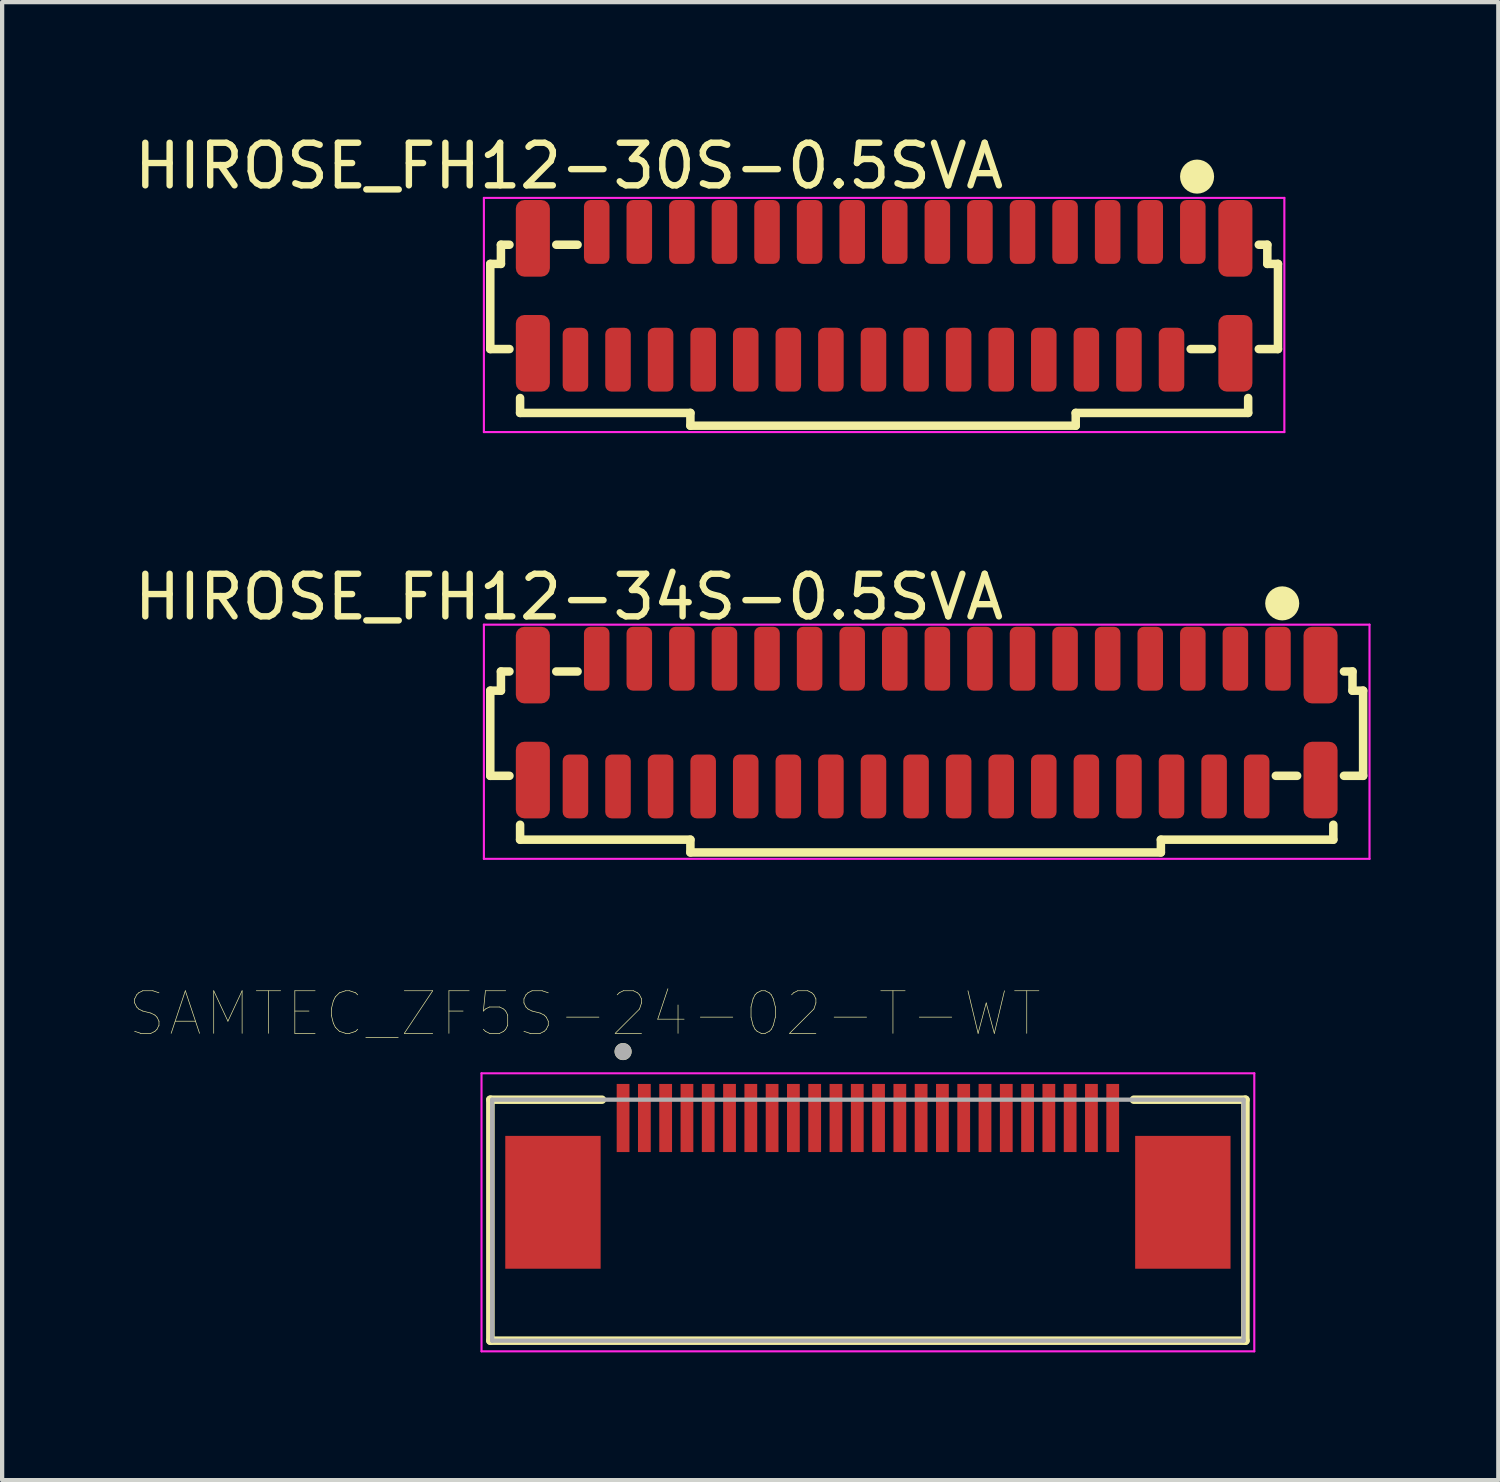
<source format=kicad_pcb>
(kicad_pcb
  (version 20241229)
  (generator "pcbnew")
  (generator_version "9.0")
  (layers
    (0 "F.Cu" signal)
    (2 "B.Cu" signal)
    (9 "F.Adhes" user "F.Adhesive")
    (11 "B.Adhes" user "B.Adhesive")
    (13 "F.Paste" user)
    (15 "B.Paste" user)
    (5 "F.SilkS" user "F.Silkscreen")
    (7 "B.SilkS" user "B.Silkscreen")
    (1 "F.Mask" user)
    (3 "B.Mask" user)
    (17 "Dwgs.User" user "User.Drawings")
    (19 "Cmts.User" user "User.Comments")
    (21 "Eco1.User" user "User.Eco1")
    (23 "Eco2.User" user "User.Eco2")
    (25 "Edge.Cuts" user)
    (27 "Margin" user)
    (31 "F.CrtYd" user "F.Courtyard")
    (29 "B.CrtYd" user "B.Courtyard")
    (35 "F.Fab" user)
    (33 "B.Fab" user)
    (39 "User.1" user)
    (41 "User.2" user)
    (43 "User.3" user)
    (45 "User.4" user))
  (footprint "SAMTEC_ZF5S-24-02-T-WT"
    (layer "F.Cu")
    (at 17.334 25.188)
    (property "Reference" "SAMTEC_ZF5S-24-02-T-WT" (at -6.65 -4.43 0) (layer "F.SilkS") (effects (font (size 1 1) (thickness 0.015))))
    (attr smd)
    (fp_line (start -8.867 -2.41) (end -8.867 3.25) (stroke (width 0.2) (type solid)) (layer "F.SilkS"))
    (fp_line (start -8.867 -2.41) (end -6.247 -2.41) (stroke (width 0.2) (type solid)) (layer "F.SilkS"))
    (fp_line (start -8.867 3.25) (end 8.867 3.25) (stroke (width 0.2) (type solid)) (layer "F.SilkS"))
    (fp_line (start 8.867 -2.41) (end 6.247 -2.41) (stroke (width 0.2) (type solid)) (layer "F.SilkS"))
    (fp_line (start 8.867 -2.41) (end 8.867 3.25) (stroke (width 0.2) (type solid)) (layer "F.SilkS"))
    (fp_circle (center -5.75 -3.54) (end -5.65 -3.54) (stroke (width 0.2) (type solid)) (fill no) (layer "F.SilkS"))
    (fp_line (start -9.075 -3.03) (end 9.075 -3.03) (stroke (width 0.05) (type solid)) (layer "F.CrtYd"))
    (fp_line (start -9.075 3.5) (end -9.075 -3.03) (stroke (width 0.05) (type solid)) (layer "F.CrtYd"))
    (fp_line (start 9.075 -3.03) (end 9.075 3.5) (stroke (width 0.05) (type solid)) (layer "F.CrtYd"))
    (fp_line (start 9.075 3.5) (end -9.075 3.5) (stroke (width 0.05) (type solid)) (layer "F.CrtYd"))
    (fp_line (start -8.825 -2.41) (end 8.825 -2.41) (stroke (width 0.1) (type solid)) (layer "F.Fab"))
    (fp_line (start -8.825 3.25) (end -8.825 -2.41) (stroke (width 0.1) (type solid)) (layer "F.Fab"))
    (fp_line (start 8.825 -2.41) (end 8.825 3.25) (stroke (width 0.1) (type solid)) (layer "F.Fab"))
    (fp_line (start 8.825 3.25) (end -8.825 3.25) (stroke (width 0.1) (type solid)) (layer "F.Fab"))
    (fp_circle (center -5.75 -3.54) (end -5.65 -3.54) (stroke (width 0.2) (type solid)) (fill no) (layer "F.Fab"))
    (pad "01" smd rect (at -5.75 -1.98) (size 0.3 1.6) (layers "F.Cu" "F.Mask" "F.Paste"))
    (pad "02" smd rect (at -5.25 -1.98) (size 0.3 1.6) (layers "F.Cu" "F.Mask" "F.Paste"))
    (pad "03" smd rect (at -4.75 -1.98) (size 0.3 1.6) (layers "F.Cu" "F.Mask" "F.Paste"))
    (pad "04" smd rect (at -4.25 -1.98) (size 0.3 1.6) (layers "F.Cu" "F.Mask" "F.Paste"))
    (pad "05" smd rect (at -3.75 -1.98) (size 0.3 1.6) (layers "F.Cu" "F.Mask" "F.Paste"))
    (pad "06" smd rect (at -3.25 -1.98) (size 0.3 1.6) (layers "F.Cu" "F.Mask" "F.Paste"))
    (pad "07" smd rect (at -2.75 -1.98) (size 0.3 1.6) (layers "F.Cu" "F.Mask" "F.Paste"))
    (pad "08" smd rect (at -2.25 -1.98) (size 0.3 1.6) (layers "F.Cu" "F.Mask" "F.Paste"))
    (pad "09" smd rect (at -1.75 -1.98) (size 0.3 1.6) (layers "F.Cu" "F.Mask" "F.Paste"))
    (pad "10" smd rect (at -1.25 -1.98) (size 0.3 1.6) (layers "F.Cu" "F.Mask" "F.Paste"))
    (pad "11" smd rect (at -0.75 -1.98) (size 0.3 1.6) (layers "F.Cu" "F.Mask" "F.Paste"))
    (pad "12" smd rect (at -0.25 -1.98) (size 0.3 1.6) (layers "F.Cu" "F.Mask" "F.Paste"))
    (pad "13" smd rect (at 0.25 -1.98) (size 0.3 1.6) (layers "F.Cu" "F.Mask" "F.Paste"))
    (pad "14" smd rect (at 0.75 -1.98) (size 0.3 1.6) (layers "F.Cu" "F.Mask" "F.Paste"))
    (pad "15" smd rect (at 1.25 -1.98) (size 0.3 1.6) (layers "F.Cu" "F.Mask" "F.Paste"))
    (pad "16" smd rect (at 1.75 -1.98) (size 0.3 1.6) (layers "F.Cu" "F.Mask" "F.Paste"))
    (pad "17" smd rect (at 2.25 -1.98) (size 0.3 1.6) (layers "F.Cu" "F.Mask" "F.Paste"))
    (pad "18" smd rect (at 2.75 -1.98) (size 0.3 1.6) (layers "F.Cu" "F.Mask" "F.Paste"))
    (pad "19" smd rect (at 3.25 -1.98) (size 0.3 1.6) (layers "F.Cu" "F.Mask" "F.Paste"))
    (pad "20" smd rect (at 3.75 -1.98) (size 0.3 1.6) (layers "F.Cu" "F.Mask" "F.Paste"))
    (pad "21" smd rect (at 4.25 -1.98) (size 0.3 1.6) (layers "F.Cu" "F.Mask" "F.Paste"))
    (pad "22" smd rect (at 4.75 -1.98) (size 0.3 1.6) (layers "F.Cu" "F.Mask" "F.Paste"))
    (pad "23" smd rect (at 5.25 -1.98) (size 0.3 1.6) (layers "F.Cu" "F.Mask" "F.Paste"))
    (pad "24" smd rect (at 5.75 -1.98) (size 0.3 1.6) (layers "F.Cu" "F.Mask" "F.Paste"))
    (pad "S1" smd rect (at -7.397 0) (size 2.24 3.12) (layers "F.Cu" "F.Mask" "F.Paste"))
    (pad "S2" smd rect (at 7.397 0) (size 2.24 3.12) (layers "F.Cu" "F.Mask" "F.Paste")))
  (footprint "HIROSE_FH12-34S-0.5SVA"
    (layer "F.Cu")
    (at 19.715 13.921)
    (property "Reference" "HIROSE_FH12-34S-0.5SVA" (at -9.4 -2.95 0) (layer "F.SilkS") (effects (font (size 1 1) (thickness 0.15))))
    (attr through_hole)
    (fp_line (start -11.25 -0.75) (end -11.25 1.25) (stroke (width 0.2) (type solid)) (layer "F.SilkS"))
    (fp_line (start -11.25 -0.75) (end -11 -0.75) (stroke (width 0.2) (type solid)) (layer "F.SilkS"))
    (fp_line (start -11.25 1.25) (end -10.8 1.25) (stroke (width 0.2) (type solid)) (layer "F.SilkS"))
    (fp_line (start -11 -0.75) (end -11 -1.2) (stroke (width 0.2) (type solid)) (layer "F.SilkS"))
    (fp_line (start -10.8 -1.2) (end -11 -1.2) (stroke (width 0.2) (type solid)) (layer "F.SilkS"))
    (fp_line (start -10.55 2.4) (end -10.55 2.75) (stroke (width 0.2) (type solid)) (layer "F.SilkS"))
    (fp_line (start -9.7 -1.2) (end -9.2 -1.2) (stroke (width 0.2) (type solid)) (layer "F.SilkS"))
    (fp_line (start -6.55 2.75) (end -10.55 2.75) (stroke (width 0.2) (type solid)) (layer "F.SilkS"))
    (fp_line (start -6.55 3.05) (end -6.55 2.75) (stroke (width 0.2) (type solid)) (layer "F.SilkS"))
    (fp_line (start -6.55 3.05) (end 4.5 3.05) (stroke (width 0.2) (type solid)) (layer "F.SilkS"))
    (fp_line (start 4.5 2.75) (end 8.55 2.75) (stroke (width 0.2) (type solid)) (layer "F.SilkS"))
    (fp_line (start 4.5 3.05) (end 4.5 2.75) (stroke (width 0.2) (type solid)) (layer "F.SilkS"))
    (fp_line (start 7.2 1.25) (end 7.7 1.25) (stroke (width 0.2) (type solid)) (layer "F.SilkS"))
    (fp_line (start 8.55 2.75) (end 8.55 2.4) (stroke (width 0.2) (type solid)) (layer "F.SilkS"))
    (fp_line (start 8.8 -1.2) (end 9 -1.2) (stroke (width 0.2) (type solid)) (layer "F.SilkS"))
    (fp_line (start 9 -0.75) (end 9 -1.2) (stroke (width 0.2) (type solid)) (layer "F.SilkS"))
    (fp_line (start 9.25 -0.75) (end 9 -0.75) (stroke (width 0.2) (type solid)) (layer "F.SilkS"))
    (fp_line (start 9.25 -0.75) (end 9.25 1.25) (stroke (width 0.2) (type solid)) (layer "F.SilkS"))
    (fp_line (start 9.25 1.25) (end 8.8 1.25) (stroke (width 0.2) (type solid)) (layer "F.SilkS"))
    (fp_circle (center 7.35 -2.8) (end 7.35 -2.8) (stroke (width 0.4) (type solid)) (fill no) (layer "F.SilkS"))
    (fp_line (start -11.4 -2.3) (end 9.4 -2.3) (stroke (width 0.05) (type solid)) (layer "F.CrtYd"))
    (fp_line (start -11.4 3.2) (end -11.4 -2.3) (stroke (width 0.05) (type solid)) (layer "F.CrtYd"))
    (fp_line (start 9.4 -2.3) (end 9.4 3.2) (stroke (width 0.05) (type solid)) (layer "F.CrtYd"))
    (fp_line (start 9.4 3.2) (end -11.4 3.2) (stroke (width 0.05) (type solid)) (layer "F.CrtYd"))
    (pad "1" smd roundrect (at 7.25 -1.5) (size 0.6 1.5) (layers "F.Cu" "F.Mask" "F.Paste") (roundrect_rratio 0.25))
    (pad "2" smd roundrect (at 6.75 1.5) (size 0.6 1.5) (layers "F.Cu" "F.Mask" "F.Paste") (roundrect_rratio 0.25))
    (pad "3" smd roundrect (at 6.25 -1.5) (size 0.6 1.5) (layers "F.Cu" "F.Mask" "F.Paste") (roundrect_rratio 0.25))
    (pad "4" smd roundrect (at 5.75 1.5) (size 0.6 1.5) (layers "F.Cu" "F.Mask" "F.Paste") (roundrect_rratio 0.25))
    (pad "5" smd roundrect (at 5.25 -1.5) (size 0.6 1.5) (layers "F.Cu" "F.Mask" "F.Paste") (roundrect_rratio 0.25))
    (pad "6" smd roundrect (at 4.75 1.5) (size 0.6 1.5) (layers "F.Cu" "F.Mask" "F.Paste") (roundrect_rratio 0.25))
    (pad "7" smd roundrect (at 4.25 -1.5) (size 0.6 1.5) (layers "F.Cu" "F.Mask" "F.Paste") (roundrect_rratio 0.25))
    (pad "8" smd roundrect (at 3.75 1.5) (size 0.6 1.5) (layers "F.Cu" "F.Mask" "F.Paste") (roundrect_rratio 0.25))
    (pad "9" smd roundrect (at 3.25 -1.5) (size 0.6 1.5) (layers "F.Cu" "F.Mask" "F.Paste") (roundrect_rratio 0.25))
    (pad "10" smd roundrect (at 2.75 1.5) (size 0.6 1.5) (layers "F.Cu" "F.Mask" "F.Paste") (roundrect_rratio 0.25))
    (pad "11" smd roundrect (at 2.25 -1.5) (size 0.6 1.5) (layers "F.Cu" "F.Mask" "F.Paste") (roundrect_rratio 0.25))
    (pad "12" smd roundrect (at 1.75 1.5) (size 0.6 1.5) (layers "F.Cu" "F.Mask" "F.Paste") (roundrect_rratio 0.25))
    (pad "13" smd roundrect (at 1.25 -1.5) (size 0.6 1.5) (layers "F.Cu" "F.Mask" "F.Paste") (roundrect_rratio 0.25))
    (pad "14" smd roundrect (at 0.75 1.5) (size 0.6 1.5) (layers "F.Cu" "F.Mask" "F.Paste") (roundrect_rratio 0.25))
    (pad "15" smd roundrect (at 0.25 -1.5) (size 0.6 1.5) (layers "F.Cu" "F.Mask" "F.Paste") (roundrect_rratio 0.25))
    (pad "16" smd roundrect (at -0.25 1.5) (size 0.6 1.5) (layers "F.Cu" "F.Mask" "F.Paste") (roundrect_rratio 0.25))
    (pad "17" smd roundrect (at -0.75 -1.5) (size 0.6 1.5) (layers "F.Cu" "F.Mask" "F.Paste") (roundrect_rratio 0.25))
    (pad "18" smd roundrect (at -1.25 1.5) (size 0.6 1.5) (layers "F.Cu" "F.Mask" "F.Paste") (roundrect_rratio 0.25))
    (pad "19" smd roundrect (at -1.75 -1.5) (size 0.6 1.5) (layers "F.Cu" "F.Mask" "F.Paste") (roundrect_rratio 0.25))
    (pad "20" smd roundrect (at -2.25 1.5) (size 0.6 1.5) (layers "F.Cu" "F.Mask" "F.Paste") (roundrect_rratio 0.25))
    (pad "21" smd roundrect (at -2.75 -1.5) (size 0.6 1.5) (layers "F.Cu" "F.Mask" "F.Paste") (roundrect_rratio 0.25))
    (pad "22" smd roundrect (at -3.25 1.5) (size 0.6 1.5) (layers "F.Cu" "F.Mask" "F.Paste") (roundrect_rratio 0.25))
    (pad "23" smd roundrect (at -3.75 -1.5) (size 0.6 1.5) (layers "F.Cu" "F.Mask" "F.Paste") (roundrect_rratio 0.25))
    (pad "24" smd roundrect (at -4.25 1.5) (size 0.6 1.5) (layers "F.Cu" "F.Mask" "F.Paste") (roundrect_rratio 0.25))
    (pad "25" smd roundrect (at -4.75 -1.5) (size 0.6 1.5) (layers "F.Cu" "F.Mask" "F.Paste") (roundrect_rratio 0.25))
    (pad "26" smd roundrect (at -5.25 1.5) (size 0.6 1.5) (layers "F.Cu" "F.Mask" "F.Paste") (roundrect_rratio 0.25))
    (pad "27" smd roundrect (at -5.75 -1.5) (size 0.6 1.5) (layers "F.Cu" "F.Mask" "F.Paste") (roundrect_rratio 0.25))
    (pad "28" smd roundrect (at -6.25 1.5) (size 0.6 1.5) (layers "F.Cu" "F.Mask" "F.Paste") (roundrect_rratio 0.25))
    (pad "29" smd roundrect (at -6.75 -1.5) (size 0.6 1.5) (layers "F.Cu" "F.Mask" "F.Paste") (roundrect_rratio 0.25))
    (pad "30" smd roundrect (at -7.25 1.5) (size 0.6 1.5) (layers "F.Cu" "F.Mask" "F.Paste") (roundrect_rratio 0.25))
    (pad "31" smd roundrect (at -7.75 -1.5) (size 0.6 1.5) (layers "F.Cu" "F.Mask" "F.Paste") (roundrect_rratio 0.25))
    (pad "32" smd roundrect (at -8.25 1.5) (size 0.6 1.5) (layers "F.Cu" "F.Mask" "F.Paste") (roundrect_rratio 0.25))
    (pad "33" smd roundrect (at -8.75 -1.5) (size 0.6 1.5) (layers "F.Cu" "F.Mask" "F.Paste") (roundrect_rratio 0.25))
    (pad "34" smd roundrect (at -9.25 1.5) (size 0.6 1.5) (layers "F.Cu" "F.Mask" "F.Paste") (roundrect_rratio 0.25))
    (pad "SH" smd roundrect (at -10.25 -1.35 180) (size 0.8 1.8) (layers "F.Cu" "F.Mask" "F.Paste") (roundrect_rratio 0.25))
    (pad "SH" smd roundrect (at -10.25 1.35 180) (size 0.8 1.8) (layers "F.Cu" "F.Mask" "F.Paste") (roundrect_rratio 0.25))
    (pad "SH" smd roundrect (at 8.25 -1.35) (size 0.8 1.8) (layers "F.Cu" "F.Mask" "F.Paste") (roundrect_rratio 0.25))
    (pad "SH" smd roundrect (at 8.25 1.35) (size 0.8 1.8) (layers "F.Cu" "F.Mask" "F.Paste") (roundrect_rratio 0.25)))
  (footprint "HIROSE_FH12-30S-0.5SVA"
    (layer "F.Cu")
    (at 17.715 3.898)
    (property "Reference" "HIROSE_FH12-30S-0.5SVA" (at -7.4 -3.05 0) (layer "F.SilkS") (effects (font (size 1 1) (thickness 0.15))))
    (attr through_hole)
    (fp_line (start -9.25 -0.75) (end -9.25 1.25) (stroke (width 0.2) (type solid)) (layer "F.SilkS"))
    (fp_line (start -9.25 -0.75) (end -9 -0.75) (stroke (width 0.2) (type solid)) (layer "F.SilkS"))
    (fp_line (start -9.25 1.25) (end -8.8 1.25) (stroke (width 0.2) (type solid)) (layer "F.SilkS"))
    (fp_line (start -9 -0.75) (end -9 -1.2) (stroke (width 0.2) (type solid)) (layer "F.SilkS"))
    (fp_line (start -8.8 -1.2) (end -9 -1.2) (stroke (width 0.2) (type solid)) (layer "F.SilkS"))
    (fp_line (start -8.55 2.4) (end -8.55 2.75) (stroke (width 0.2) (type solid)) (layer "F.SilkS"))
    (fp_line (start -7.7 -1.2) (end -7.2 -1.2) (stroke (width 0.2) (type solid)) (layer "F.SilkS"))
    (fp_line (start -4.55 2.75) (end -8.55 2.75) (stroke (width 0.2) (type solid)) (layer "F.SilkS"))
    (fp_line (start -4.55 3.05) (end -4.55 2.75) (stroke (width 0.2) (type solid)) (layer "F.SilkS"))
    (fp_line (start -4.55 3.05) (end 4.5 3.05) (stroke (width 0.2) (type solid)) (layer "F.SilkS"))
    (fp_line (start 4.5 2.75) (end 8.55 2.75) (stroke (width 0.2) (type solid)) (layer "F.SilkS"))
    (fp_line (start 4.5 3.05) (end 4.5 2.75) (stroke (width 0.2) (type solid)) (layer "F.SilkS"))
    (fp_line (start 7.2 1.25) (end 7.7 1.25) (stroke (width 0.2) (type solid)) (layer "F.SilkS"))
    (fp_line (start 8.55 2.75) (end 8.55 2.4) (stroke (width 0.2) (type solid)) (layer "F.SilkS"))
    (fp_line (start 8.8 -1.2) (end 9 -1.2) (stroke (width 0.2) (type solid)) (layer "F.SilkS"))
    (fp_line (start 9 -0.75) (end 9 -1.2) (stroke (width 0.2) (type solid)) (layer "F.SilkS"))
    (fp_line (start 9.25 -0.75) (end 9 -0.75) (stroke (width 0.2) (type solid)) (layer "F.SilkS"))
    (fp_line (start 9.25 -0.75) (end 9.25 1.25) (stroke (width 0.2) (type solid)) (layer "F.SilkS"))
    (fp_line (start 9.25 1.25) (end 8.8 1.25) (stroke (width 0.2) (type solid)) (layer "F.SilkS"))
    (fp_circle (center 7.35 -2.8) (end 7.35 -2.8) (stroke (width 0.4) (type solid)) (fill no) (layer "F.SilkS"))
    (fp_line (start -9.4 -2.3) (end 9.4 -2.3) (stroke (width 0.05) (type solid)) (layer "F.CrtYd"))
    (fp_line (start -9.4 3.2) (end -9.4 -2.3) (stroke (width 0.05) (type solid)) (layer "F.CrtYd"))
    (fp_line (start 9.4 -2.3) (end 9.4 3.2) (stroke (width 0.05) (type solid)) (layer "F.CrtYd"))
    (fp_line (start 9.4 3.2) (end -9.4 3.2) (stroke (width 0.05) (type solid)) (layer "F.CrtYd"))
    (pad "1" smd roundrect (at 7.25 -1.5) (size 0.6 1.5) (layers "F.Cu" "F.Mask" "F.Paste") (roundrect_rratio 0.25))
    (pad "2" smd roundrect (at 6.75 1.5) (size 0.6 1.5) (layers "F.Cu" "F.Mask" "F.Paste") (roundrect_rratio 0.25))
    (pad "3" smd roundrect (at 6.25 -1.5) (size 0.6 1.5) (layers "F.Cu" "F.Mask" "F.Paste") (roundrect_rratio 0.25))
    (pad "4" smd roundrect (at 5.75 1.5) (size 0.6 1.5) (layers "F.Cu" "F.Mask" "F.Paste") (roundrect_rratio 0.25))
    (pad "5" smd roundrect (at 5.25 -1.5) (size 0.6 1.5) (layers "F.Cu" "F.Mask" "F.Paste") (roundrect_rratio 0.25))
    (pad "6" smd roundrect (at 4.75 1.5) (size 0.6 1.5) (layers "F.Cu" "F.Mask" "F.Paste") (roundrect_rratio 0.25))
    (pad "7" smd roundrect (at 4.25 -1.5) (size 0.6 1.5) (layers "F.Cu" "F.Mask" "F.Paste") (roundrect_rratio 0.25))
    (pad "8" smd roundrect (at 3.75 1.5) (size 0.6 1.5) (layers "F.Cu" "F.Mask" "F.Paste") (roundrect_rratio 0.25))
    (pad "9" smd roundrect (at 3.25 -1.5) (size 0.6 1.5) (layers "F.Cu" "F.Mask" "F.Paste") (roundrect_rratio 0.25))
    (pad "10" smd roundrect (at 2.75 1.5) (size 0.6 1.5) (layers "F.Cu" "F.Mask" "F.Paste") (roundrect_rratio 0.25))
    (pad "11" smd roundrect (at 2.25 -1.5) (size 0.6 1.5) (layers "F.Cu" "F.Mask" "F.Paste") (roundrect_rratio 0.25))
    (pad "12" smd roundrect (at 1.75 1.5) (size 0.6 1.5) (layers "F.Cu" "F.Mask" "F.Paste") (roundrect_rratio 0.25))
    (pad "13" smd roundrect (at 1.25 -1.5) (size 0.6 1.5) (layers "F.Cu" "F.Mask" "F.Paste") (roundrect_rratio 0.25))
    (pad "14" smd roundrect (at 0.75 1.5) (size 0.6 1.5) (layers "F.Cu" "F.Mask" "F.Paste") (roundrect_rratio 0.25))
    (pad "15" smd roundrect (at 0.25 -1.5) (size 0.6 1.5) (layers "F.Cu" "F.Mask" "F.Paste") (roundrect_rratio 0.25))
    (pad "16" smd roundrect (at -0.25 1.5) (size 0.6 1.5) (layers "F.Cu" "F.Mask" "F.Paste") (roundrect_rratio 0.25))
    (pad "17" smd roundrect (at -0.75 -1.5) (size 0.6 1.5) (layers "F.Cu" "F.Mask" "F.Paste") (roundrect_rratio 0.25))
    (pad "18" smd roundrect (at -1.25 1.5) (size 0.6 1.5) (layers "F.Cu" "F.Mask" "F.Paste") (roundrect_rratio 0.25))
    (pad "19" smd roundrect (at -1.75 -1.5) (size 0.6 1.5) (layers "F.Cu" "F.Mask" "F.Paste") (roundrect_rratio 0.25))
    (pad "20" smd roundrect (at -2.25 1.5) (size 0.6 1.5) (layers "F.Cu" "F.Mask" "F.Paste") (roundrect_rratio 0.25))
    (pad "21" smd roundrect (at -2.75 -1.5) (size 0.6 1.5) (layers "F.Cu" "F.Mask" "F.Paste") (roundrect_rratio 0.25))
    (pad "22" smd roundrect (at -3.25 1.5) (size 0.6 1.5) (layers "F.Cu" "F.Mask" "F.Paste") (roundrect_rratio 0.25))
    (pad "23" smd roundrect (at -3.75 -1.5) (size 0.6 1.5) (layers "F.Cu" "F.Mask" "F.Paste") (roundrect_rratio 0.25))
    (pad "24" smd roundrect (at -4.25 1.5) (size 0.6 1.5) (layers "F.Cu" "F.Mask" "F.Paste") (roundrect_rratio 0.25))
    (pad "25" smd roundrect (at -4.75 -1.5) (size 0.6 1.5) (layers "F.Cu" "F.Mask" "F.Paste") (roundrect_rratio 0.25))
    (pad "26" smd roundrect (at -5.25 1.5) (size 0.6 1.5) (layers "F.Cu" "F.Mask" "F.Paste") (roundrect_rratio 0.25))
    (pad "27" smd roundrect (at -5.75 -1.5) (size 0.6 1.5) (layers "F.Cu" "F.Mask" "F.Paste") (roundrect_rratio 0.25))
    (pad "28" smd roundrect (at -6.25 1.5) (size 0.6 1.5) (layers "F.Cu" "F.Mask" "F.Paste") (roundrect_rratio 0.25))
    (pad "29" smd roundrect (at -6.75 -1.5) (size 0.6 1.5) (layers "F.Cu" "F.Mask" "F.Paste") (roundrect_rratio 0.25))
    (pad "30" smd roundrect (at -7.25 1.5) (size 0.6 1.5) (layers "F.Cu" "F.Mask" "F.Paste") (roundrect_rratio 0.25))
    (pad "SH" smd roundrect (at -8.25 -1.35 180) (size 0.8 1.8) (layers "F.Cu" "F.Mask" "F.Paste") (roundrect_rratio 0.25))
    (pad "SH" smd roundrect (at -8.25 1.35 180) (size 0.8 1.8) (layers "F.Cu" "F.Mask" "F.Paste") (roundrect_rratio 0.25))
    (pad "SH" smd roundrect (at 8.25 -1.35) (size 0.8 1.8) (layers "F.Cu" "F.Mask" "F.Paste") (roundrect_rratio 0.25))
    (pad "SH" smd roundrect (at 8.25 1.35) (size 0.8 1.8) (layers "F.Cu" "F.Mask" "F.Paste") (roundrect_rratio 0.25)))
  (gr_rect
    (start -3 -3)
    (end 32.14 31.713)
    (stroke (width 0.1) (type default))
    (fill no)
    (layer "Edge.Cuts")))
</source>
